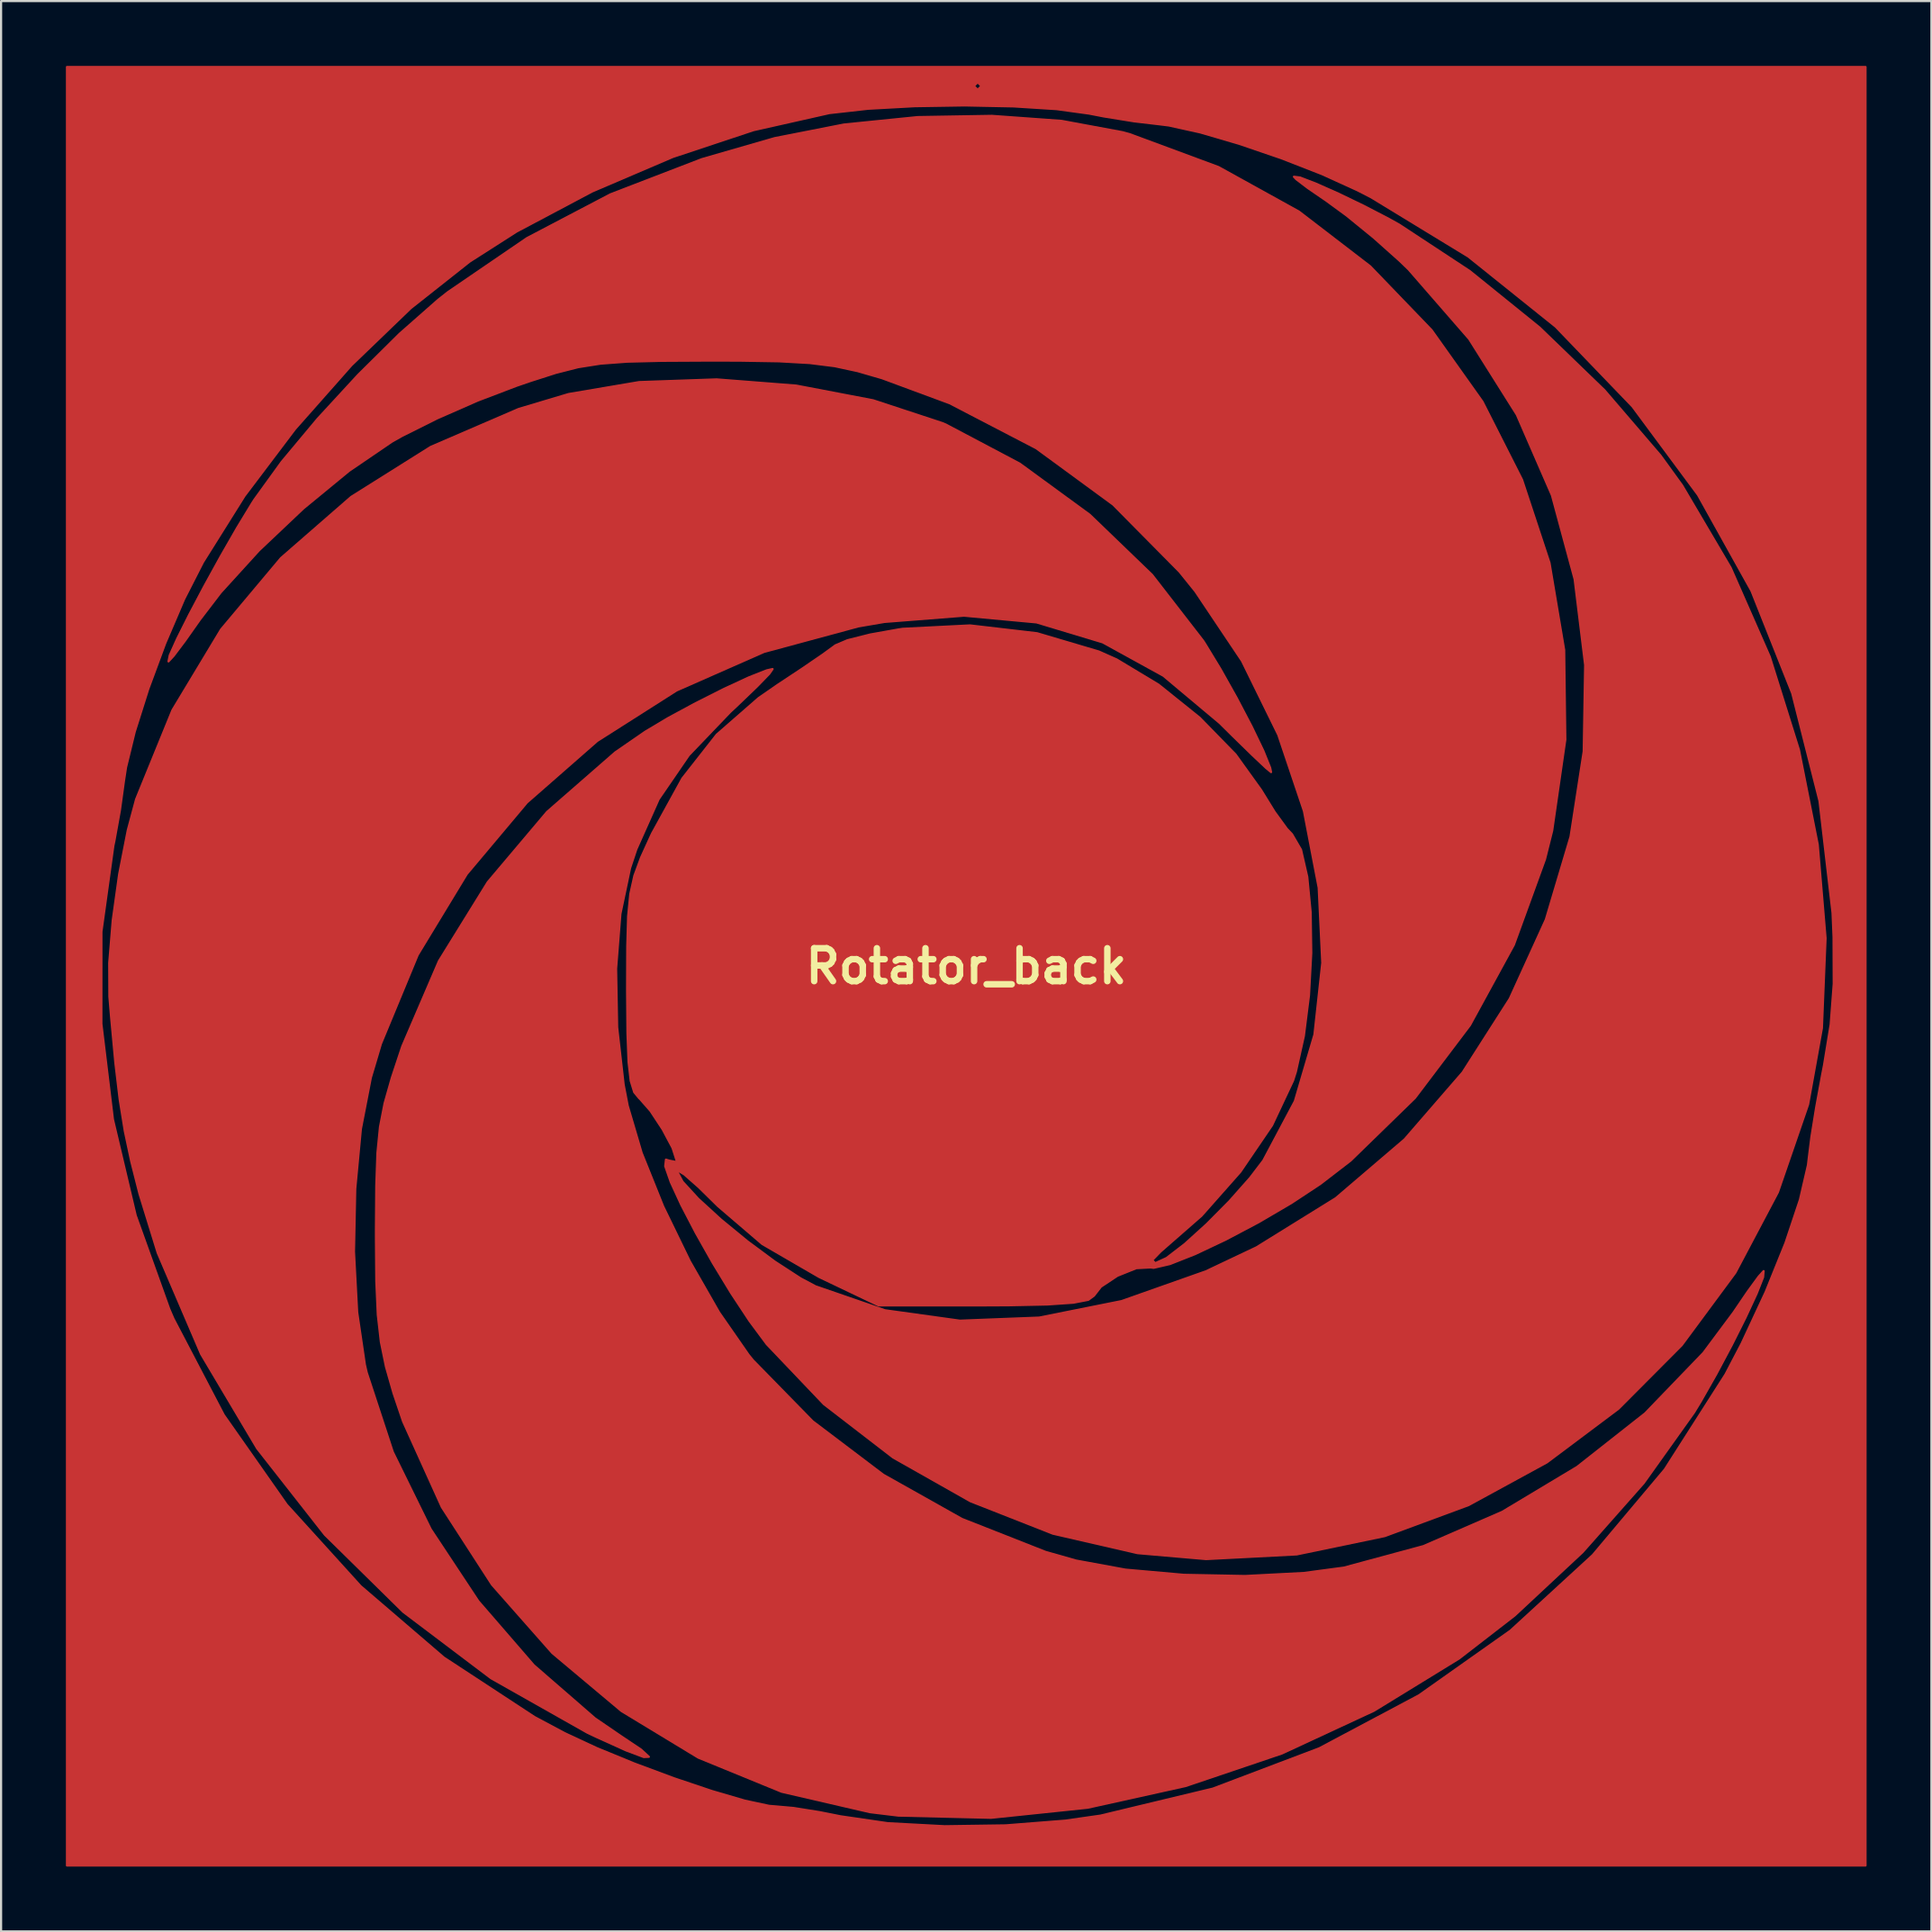
<source format=kicad_pcb>
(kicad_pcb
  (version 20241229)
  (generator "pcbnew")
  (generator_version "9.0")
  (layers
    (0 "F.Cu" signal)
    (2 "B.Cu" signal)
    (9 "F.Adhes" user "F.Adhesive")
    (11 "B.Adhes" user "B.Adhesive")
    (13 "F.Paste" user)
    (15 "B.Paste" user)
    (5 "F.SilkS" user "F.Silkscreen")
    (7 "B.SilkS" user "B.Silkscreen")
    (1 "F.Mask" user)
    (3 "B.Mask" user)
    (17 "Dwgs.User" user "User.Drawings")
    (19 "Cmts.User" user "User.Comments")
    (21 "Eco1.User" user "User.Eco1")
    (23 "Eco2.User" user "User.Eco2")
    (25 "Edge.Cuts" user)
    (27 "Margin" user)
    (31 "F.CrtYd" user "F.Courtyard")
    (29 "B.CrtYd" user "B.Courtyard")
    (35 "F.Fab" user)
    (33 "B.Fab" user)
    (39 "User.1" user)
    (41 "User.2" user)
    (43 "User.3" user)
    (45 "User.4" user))
  (footprint "Rotator_back"
    (layer "F.Cu")
    (at 41.678 41.678)
    (property "Reference" "Rotator_back" (at 0 0 0) (layer "F.SilkS") (effects (font (size 1.524 1.524) (thickness 0.3))))
    (attr through_hole)
    (fp_poly (pts (xy 14.111 -8.987) (xy 13.88 -9.177) (xy 13.259 -9.763) (xy 12.356 -10.644) (xy 11.73 -11.264) (xy 9.126 -13.447) (xy 6.315 -14.994) (xy 3.254 -15.917) (xy -0.1 -16.228) (xy -3.792 -15.938) (xy -4.996 -15.731) (xy -9.365 -14.549) (xy -13.41 -12.766) (xy -17.084 -10.428) (xy -20.338 -7.578) (xy -23.123 -4.263) (xy -25.391 -0.526) (xy -27.094 3.588) (xy -27.561 5.158) (xy -28.022 7.53) (xy -28.283 10.301) (xy -28.342 13.215) (xy -28.194 16.015) (xy -27.837 18.443) (xy -27.752 18.81) (xy -26.545 22.485) (xy -24.792 26.057) (xy -22.585 29.392) (xy -20.02 32.356) (xy -17.189 34.814) (xy -16.021 35.613) (xy -15.05 36.265) (xy -14.691 36.596) (xy -14.928 36.606) (xy -15.747 36.298) (xy -17.131 35.672) (xy -17.545 35.475) (xy -21.995 32.959) (xy -26.06 29.887) (xy -29.687 26.319) (xy -32.824 22.319) (xy -35.421 17.949) (xy -37.426 13.271) (xy -38.268 10.546) (xy -38.655 9.025) (xy -38.951 7.633) (xy -39.186 6.179) (xy -39.389 4.47) (xy -39.589 2.316) (xy -39.664 1.411) (xy -39.672 -0.153) (xy -39.509 -2.133) (xy -39.211 -4.267) (xy -38.813 -6.296) (xy -38.427 -7.731) (xy -36.746 -11.853) (xy -34.495 -15.589) (xy -31.721 -18.895) (xy -28.47 -21.727) (xy -24.788 -24.041) (xy -20.723 -25.795) (xy -18.409 -26.487) (xy -15.143 -27.041) (xy -11.555 -27.166) (xy -7.869 -26.878) (xy -4.31 -26.198) (xy -1.101 -25.141) (xy -0.949 -25.077) (xy 2.474 -23.267) (xy 5.713 -20.901) (xy 8.6 -18.119) (xy 10.967 -15.065) (xy 11.042 -14.95) (xy 11.766 -13.76) (xy 12.517 -12.422) (xy 13.209 -11.102) (xy 13.754 -9.969) (xy 14.068 -9.19) (xy 14.111 -8.987)) (stroke (width 0.1) (type solid)) (fill yes) (layer "F.Cu"))
    (fp_poly (pts (xy 36.911 14.111) (xy 36.887 14.395) (xy 36.587 15.155) (xy 36.08 16.249) (xy 35.434 17.538) (xy 34.718 18.882) (xy 34.002 20.141) (xy 33.691 20.653) (xy 31.361 23.921) (xy 28.53 27.121) (xy 25.39 30.051) (xy 22.814 32.045) (xy 18.875 34.462) (xy 14.613 36.441) (xy 10.153 37.949) (xy 5.624 38.952) (xy 1.15 39.419) (xy -3.143 39.317) (xy -4.458 39.158) (xy -8.548 38.212) (xy -12.401 36.634) (xy -15.958 34.477) (xy -19.161 31.79) (xy -21.953 28.626) (xy -24.275 25.036) (xy -26.069 21.07) (xy -26.514 19.756) (xy -26.862 18.538) (xy -27.097 17.393) (xy -27.24 16.135) (xy -27.309 14.575) (xy -27.326 12.525) (xy -27.326 12.171) (xy -27.31 10.151) (xy -27.257 8.639) (xy -27.138 7.436) (xy -26.926 6.345) (xy -26.591 5.167) (xy -26.106 3.706) (xy -24.409 -0.242) (xy -22.149 -3.893) (xy -19.403 -7.145) (xy -16.247 -9.9) (xy -14.861 -10.856) (xy -13.8 -11.489) (xy -12.527 -12.177) (xy -11.223 -12.834) (xy -10.065 -13.37) (xy -9.234 -13.698) (xy -8.966 -13.758) (xy -9.117 -13.539) (xy -9.683 -12.956) (xy -10.556 -12.117) (xy -10.932 -11.765) (xy -12.842 -9.771) (xy -14.236 -7.738) (xy -15.271 -5.418) (xy -15.563 -4.542) (xy -16.009 -2.426) (xy -16.208 0.111) (xy -16.159 2.826) (xy -15.859 5.478) (xy -15.671 6.457) (xy -15.027 8.637) (xy -14.032 11.112) (xy -12.799 13.651) (xy -11.443 16.02) (xy -10.078 17.985) (xy -9.873 18.239) (xy -7.113 21.061) (xy -3.841 23.539) (xy -0.199 25.585) (xy 3.667 27.108) (xy 5.084 27.511) (xy 7.369 27.931) (xy 10.068 28.171) (xy 12.91 28.226) (xy 15.623 28.086) (xy 17.486 27.837) (xy 21.164 26.842) (xy 24.807 25.258) (xy 28.276 23.178) (xy 31.428 20.695) (xy 34.122 17.9) (xy 35.509 16.039) (xy 36.177 15.058) (xy 36.683 14.364) (xy 36.911 14.111)) (stroke (width 0.1) (type solid)) (fill yes) (layer "F.Cu"))
    (fp_poly (pts (xy 41.628 41.628) (xy 40.156 41.628) (xy 40.156 0.817) (xy 40.148 -1.349) (xy 40.101 -2.469) (xy 39.497 -7.651) (xy 38.235 -12.636) (xy 36.349 -17.376) (xy 33.874 -21.818) (xy 30.841 -25.912) (xy 27.285 -29.607) (xy 23.24 -32.853) (xy 18.738 -35.598) (xy 18.1 -35.925) (xy 16.468 -36.668) (xy 14.578 -37.406) (xy 12.631 -38.072) (xy 10.831 -38.599) (xy 9.379 -38.92) (xy 8.911 -38.978) (xy 7.767 -39.112) (xy 6.364 -39.339) (xy 5.684 -39.471) (xy 4.179 -39.677) (xy 2.189 -39.803) (xy 0.706 -39.832) (xy 0.706 -40.746) (xy 0.529 -40.922) (xy 0.353 -40.746) (xy 0.529 -40.569) (xy 0.706 -40.746) (xy 0.706 -39.832) (xy -0.072 -39.848) (xy -2.387 -39.812) (xy -4.541 -39.694) (xy -6.319 -39.495) (xy -6.35 -39.49) (xy -9.854 -38.701) (xy -13.583 -37.462) (xy -17.314 -35.866) (xy -20.82 -34.006) (xy -22.991 -32.617) (xy -25.718 -30.46) (xy -28.46 -27.82) (xy -31.071 -24.868) (xy -33.41 -21.772) (xy -35.334 -18.702) (xy -36.204 -16.997) (xy -37.082 -14.945) (xy -37.866 -12.83) (xy -38.492 -10.851) (xy -38.894 -9.206) (xy -38.99 -8.58) (xy -39.177 -7.22) (xy -39.435 -5.79) (xy -39.48 -5.581) (xy -40.033 -1.6) (xy -40.035 2.666) (xy -39.5 7.088) (xy -38.447 11.534) (xy -36.891 15.873) (xy -36.701 16.313) (xy -34.372 20.768) (xy -31.456 24.924) (xy -28.034 28.696) (xy -24.184 32.001) (xy -19.986 34.754) (xy -18.595 35.498) (xy -17.11 36.189) (xy -15.366 36.905) (xy -13.53 37.588) (xy -11.767 38.181) (xy -10.245 38.626) (xy -9.13 38.865) (xy -8.819 38.891) (xy -7.997 38.964) (xy -6.792 39.156) (xy -5.821 39.349) (xy -3.627 39.669) (xy -0.997 39.809) (xy 1.824 39.769) (xy 4.591 39.55) (xy 6.214 39.318) (xy 11.416 38.068) (xy 16.346 36.2) (xy 20.955 33.75) (xy 25.191 30.757) (xy 29.002 27.258) (xy 32.337 23.292) (xy 35.145 18.895) (xy 35.895 17.462) (xy 37.005 15.079) (xy 37.922 12.811) (xy 38.592 10.806) (xy 38.962 9.209) (xy 39.007 8.828) (xy 39.123 7.897) (xy 39.343 6.532) (xy 39.626 4.99) (xy 39.705 4.586) (xy 40.014 2.7) (xy 40.156 0.817) (xy 40.156 41.628) (xy 0 41.628) (xy -41.628 41.628) (xy -41.628 0) (xy -41.628 -41.628) (xy 0 -41.628) (xy 41.628 -41.628) (xy 41.628 0) (xy 41.628 41.628)) (stroke (width 0.1) (type solid)) (fill yes) (layer "F.Cu"))
    (fp_poly (pts (xy 39.779 -1.299) (xy 39.609 2.861) (xy 38.971 6.398) (xy 37.573 10.458) (xy 35.601 14.187) (xy 33.119 17.543) (xy 30.191 20.483) (xy 26.881 22.965) (xy 23.253 24.944) (xy 19.371 26.379) (xy 15.3 27.226) (xy 11.103 27.443) (xy 7.929 27.168) (xy 4.01 26.266) (xy 0.194 24.765) (xy -3.385 22.74) (xy -6.591 20.268) (xy -9.233 17.495) (xy -10.032 16.418) (xy -10.884 15.128) (xy -11.732 13.733) (xy -12.518 12.34) (xy -13.186 11.057) (xy -13.677 9.993) (xy -13.935 9.255) (xy -13.902 8.951) (xy -13.757 8.996) (xy -13.429 9.062) (xy -13.406 8.999) (xy -13.596 8.409) (xy -14.056 7.547) (xy -14.617 6.695) (xy -15.109 6.134) (xy -15.135 6.114) (xy -15.37 5.83) (xy -15.532 5.308) (xy -15.632 4.433) (xy -15.683 3.09) (xy -15.699 1.164) (xy -15.699 0.999) (xy -15.692 -0.925) (xy -15.652 -2.315) (xy -15.551 -3.347) (xy -15.362 -4.192) (xy -15.056 -5.023) (xy -14.605 -6.014) (xy -14.539 -6.154) (xy -13.14 -8.695) (xy -11.551 -10.72) (xy -9.611 -12.414) (xy -8.732 -13.022) (xy -7.59 -13.778) (xy -6.644 -14.425) (xy -6.084 -14.833) (xy -6.058 -14.854) (xy -5.497 -15.092) (xy -4.447 -15.356) (xy -3.123 -15.593) (xy -2.94 -15.62) (xy 0.174 -15.777) (xy 3.278 -15.415) (xy 6.138 -14.569) (xy 6.964 -14.201) (xy 8.899 -13.036) (xy 10.805 -11.505) (xy 12.466 -9.803) (xy 13.651 -8.155) (xy 14.274 -7.144) (xy 14.843 -6.362) (xy 15.08 -6.112) (xy 15.498 -5.394) (xy 15.786 -4.137) (xy 15.944 -2.492) (xy 15.971 -0.614) (xy 15.866 1.343) (xy 15.629 3.227) (xy 15.259 4.884) (xy 15.129 5.292) (xy 14.156 7.361) (xy 12.69 9.514) (xy 10.887 11.552) (xy 8.996 13.205) (xy 8.609 13.604) (xy 8.746 13.747) (xy 9.272 13.507) (xy 10.113 12.861) (xy 11.13 11.939) (xy 12.185 10.875) (xy 13.137 9.8) (xy 13.75 8.996) (xy 15.211 6.247) (xy 16.117 3.167) (xy 16.481 -0.157) (xy 16.315 -3.636) (xy 15.632 -7.184) (xy 14.445 -10.712) (xy 12.765 -14.133) (xy 10.605 -17.357) (xy 9.875 -18.262) (xy 6.799 -21.372) (xy 3.241 -23.979) (xy -0.767 -26.062) (xy -3.896 -27.22) (xy -5.026 -27.548) (xy -6.087 -27.777) (xy -7.245 -27.923) (xy -8.668 -28.003) (xy -10.523 -28.034) (xy -11.994 -28.036) (xy -14.111 -28.025) (xy -15.696 -27.986) (xy -16.922 -27.895) (xy -17.963 -27.731) (xy -18.992 -27.469) (xy -20.182 -27.088) (xy -20.814 -26.871) (xy -22.612 -26.186) (xy -24.491 -25.361) (xy -26.13 -24.542) (xy -26.588 -24.283) (xy -28.569 -22.933) (xy -30.689 -21.19) (xy -32.74 -19.249) (xy -34.515 -17.3) (xy -35.478 -16.04) (xy -36.167 -15.064) (xy -36.689 -14.37) (xy -36.928 -14.111) (xy -36.871 -14.394) (xy -36.53 -15.154) (xy -35.977 -16.257) (xy -35.283 -17.57) (xy -34.518 -18.959) (xy -33.753 -20.291) (xy -33.059 -21.433) (xy -32.954 -21.597) (xy -31.687 -23.349) (xy -30.027 -25.337) (xy -28.15 -27.375) (xy -26.229 -29.277) (xy -24.437 -30.855) (xy -23.989 -31.208) (xy -20.33 -33.708) (xy -16.467 -35.733) (xy -12.233 -37.363) (xy -8.869 -38.333) (xy -5.665 -38.963) (xy -2.245 -39.308) (xy 1.184 -39.365) (xy 4.414 -39.132) (xy 7.237 -38.608) (xy 7.565 -38.518) (xy 11.676 -36.995) (xy 15.398 -34.936) (xy 18.699 -32.4) (xy 21.544 -29.445) (xy 23.898 -26.133) (xy 25.728 -22.522) (xy 27 -18.671) (xy 27.679 -14.641) (xy 27.732 -10.49) (xy 27.124 -6.279) (xy 26.791 -4.953) (xy 25.349 -0.99) (xy 23.316 2.731) (xy 20.77 6.097) (xy 17.79 8.998) (xy 16.389 10.077) (xy 15.049 10.962) (xy 13.541 11.846) (xy 12.006 12.658) (xy 10.588 13.328) (xy 9.43 13.785) (xy 8.676 13.96) (xy 8.534 13.942) (xy 7.871 13.977) (xy 7 14.327) (xy 6.235 14.834) (xy 5.912 15.25) (xy 5.649 15.442) (xy 4.956 15.575) (xy 3.755 15.657) (xy 1.966 15.694) (xy 0.853 15.699) (xy -4.057 15.699) (xy -6.816 14.381) (xy -9.441 12.858) (xy -11.491 11.102) (xy -12.384 10.223) (xy -13.055 9.633) (xy -13.388 9.431) (xy -13.406 9.456) (xy -13.134 9.971) (xy -12.408 10.763) (xy -11.364 11.719) (xy -10.137 12.727) (xy -8.861 13.673) (xy -7.671 14.446) (xy -6.981 14.814) (xy -3.764 15.925) (xy -0.293 16.407) (xy 3.377 16.264) (xy 7.192 15.5) (xy 11.096 14.121) (xy 13.437 13.012) (xy 17.106 10.737) (xy 20.29 8.016) (xy 22.978 4.914) (xy 25.161 1.5) (xy 26.829 -2.159) (xy 27.973 -5.998) (xy 28.583 -9.949) (xy 28.649 -13.944) (xy 28.162 -17.918) (xy 27.111 -21.802) (xy 25.487 -25.531) (xy 23.28 -29.037) (xy 20.481 -32.254) (xy 20.063 -32.657) (xy 18.865 -33.726) (xy 17.612 -34.748) (xy 16.669 -35.438) (xy 15.817 -36.022) (xy 15.274 -36.435) (xy 15.169 -36.547) (xy 15.455 -36.51) (xy 16.2 -36.222) (xy 17.239 -35.76) (xy 18.406 -35.197) (xy 19.536 -34.611) (xy 20.035 -34.333) (xy 23.305 -32.182) (xy 26.538 -29.568) (xy 29.544 -26.664) (xy 32.135 -23.643) (xy 33.141 -22.254) (xy 35.385 -18.446) (xy 37.195 -14.326) (xy 38.547 -10.014) (xy 39.417 -5.631) (xy 39.779 -1.299)) (stroke (width 0.1) (type solid)) (fill yes) (layer "F.Cu")))
  (gr_rect
    (start -3 -3)
    (end 86.356 86.356)
    (stroke (width 0.1) (type default))
    (fill no)
    (layer "Edge.Cuts")))
</source>
